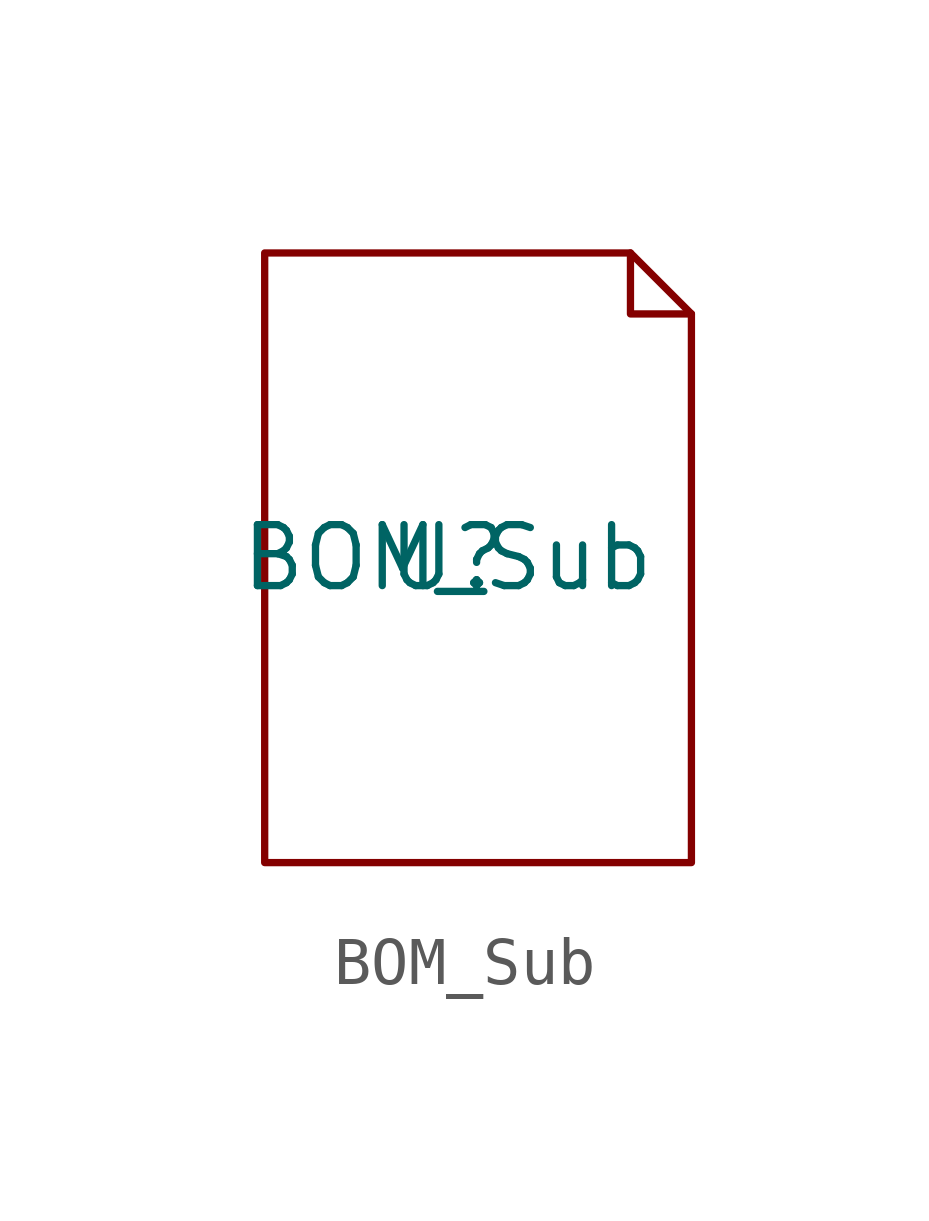
<source format=kicad_sym>
(kicad_symbol_lib
  (version 20210619)
  (generator kicad_symbol_editor)
  (symbol "BOM_Sub"
    (pin_names
      (offset 1.016))
    (property "Reference" "U"
      (at 0 0 0)
      (effects (font (size 1.27 1.27))))
    (property "Value" "BOM_Sub"
      (at 0 0 0)
      (effects (font (size 1.27 1.27))))
    (symbol "BOM_Sub_0_1"
      (polyline (pts (xy 3.81 6.35) (xy 3.81 5.08) (xy 5.08 5.08)) (stroke (width 0)) (fill (type none)))
      (polyline (pts (xy -3.81 -6.35) (xy 5.08 -6.35) (xy 5.08 5.08) (xy 3.81 6.35) (xy -3.81 6.35) (xy -3.81 -6.35)) (stroke (width 0)) (fill (type none))))))
</source>
